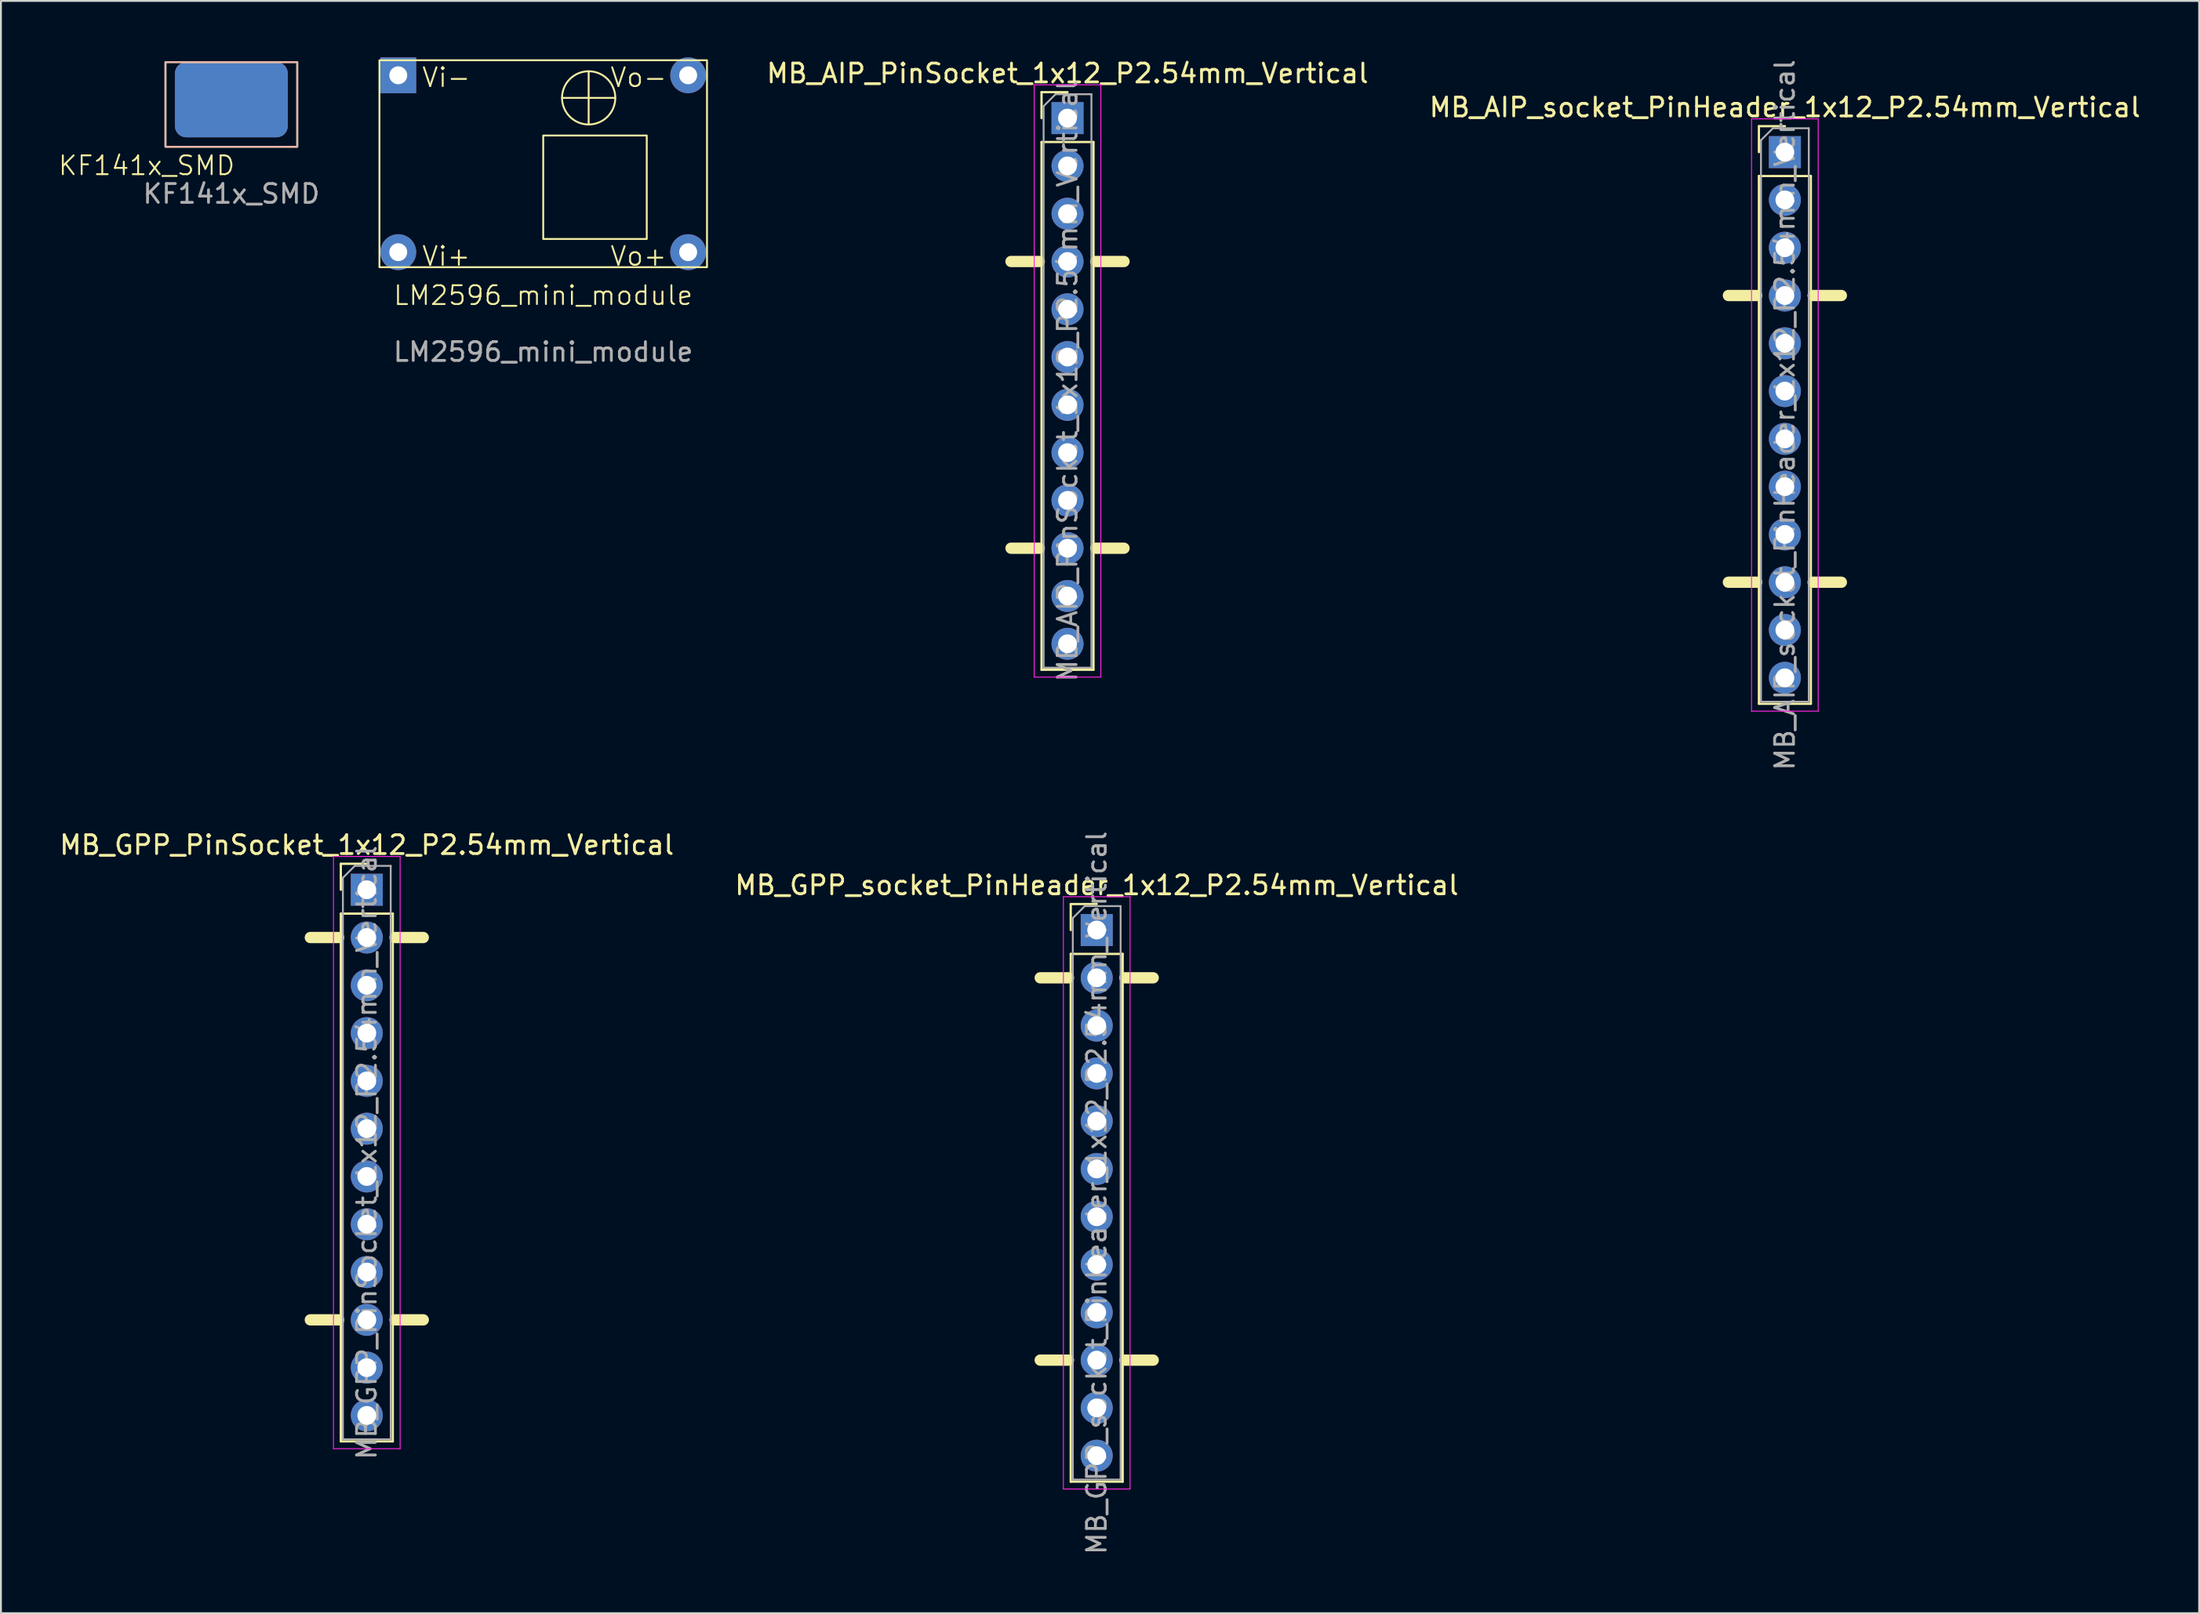
<source format=kicad_pcb>
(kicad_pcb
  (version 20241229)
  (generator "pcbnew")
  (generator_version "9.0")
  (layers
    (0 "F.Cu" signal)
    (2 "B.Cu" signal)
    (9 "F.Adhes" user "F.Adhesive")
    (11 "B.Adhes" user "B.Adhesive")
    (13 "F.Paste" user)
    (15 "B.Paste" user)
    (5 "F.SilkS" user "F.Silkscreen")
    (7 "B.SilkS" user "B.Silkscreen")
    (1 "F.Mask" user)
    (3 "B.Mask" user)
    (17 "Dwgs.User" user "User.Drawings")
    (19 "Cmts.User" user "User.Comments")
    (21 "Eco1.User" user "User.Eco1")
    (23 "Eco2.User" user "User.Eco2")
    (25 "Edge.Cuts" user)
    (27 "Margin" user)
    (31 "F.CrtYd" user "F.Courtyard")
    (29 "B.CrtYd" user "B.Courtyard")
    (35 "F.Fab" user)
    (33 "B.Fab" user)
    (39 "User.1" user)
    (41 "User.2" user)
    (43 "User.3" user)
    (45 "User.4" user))
  (footprint "MB_GPP_PinSocket_1x12_P2.54mm_Vertical"
    (layer "F.Cu")
    (at 16.435 44.24)
    (property "Reference" "MB_GPP_PinSocket_1x12_P2.54mm_Vertical" (at 0 -2.38 0) (layer "F.SilkS") (effects (font (size 1 1) (thickness 0.15))))
    (attr through_hole)
    (fp_line (start -1.5 2.54) (end -3 2.54) (stroke (width 0.6) (type solid)) (layer "F.SilkS"))
    (fp_line (start -1.5 22.86) (end -3 22.86) (stroke (width 0.6) (type solid)) (layer "F.SilkS"))
    (fp_line (start -1.38 -1.38) (end 0 -1.38) (stroke (width 0.12) (type solid)) (layer "F.SilkS"))
    (fp_line (start -1.38 0) (end -1.38 -1.38) (stroke (width 0.12) (type solid)) (layer "F.SilkS"))
    (fp_line (start -1.38 1.27) (end -1.38 29.32) (stroke (width 0.12) (type solid)) (layer "F.SilkS"))
    (fp_line (start -1.38 1.27) (end 1.38 1.27) (stroke (width 0.12) (type solid)) (layer "F.SilkS"))
    (fp_line (start -1.38 29.32) (end 1.38 29.32) (stroke (width 0.12) (type solid)) (layer "F.SilkS"))
    (fp_line (start 1.38 1.27) (end 1.38 29.32) (stroke (width 0.12) (type solid)) (layer "F.SilkS"))
    (fp_line (start 3 2.54) (end 1.5 2.54) (stroke (width 0.6) (type solid)) (layer "F.SilkS"))
    (fp_line (start 3 22.86) (end 1.5 22.86) (stroke (width 0.6) (type solid)) (layer "F.SilkS"))
    (fp_line (start -1.77 -1.77) (end -1.77 29.71) (stroke (width 0.05) (type solid)) (layer "F.CrtYd"))
    (fp_line (start -1.77 29.71) (end 1.77 29.71) (stroke (width 0.05) (type solid)) (layer "F.CrtYd"))
    (fp_line (start 1.77 -1.77) (end -1.77 -1.77) (stroke (width 0.05) (type solid)) (layer "F.CrtYd"))
    (fp_line (start 1.77 29.71) (end 1.77 -1.77) (stroke (width 0.05) (type solid)) (layer "F.CrtYd"))
    (fp_line (start -1.27 -0.635) (end -0.635 -1.27) (stroke (width 0.1) (type solid)) (layer "F.Fab"))
    (fp_line (start -1.27 29.21) (end -1.27 -0.635) (stroke (width 0.1) (type solid)) (layer "F.Fab"))
    (fp_line (start -0.635 -1.27) (end 1.27 -1.27) (stroke (width 0.1) (type solid)) (layer "F.Fab"))
    (fp_line (start 1.27 -1.27) (end 1.27 29.21) (stroke (width 0.1) (type solid)) (layer "F.Fab"))
    (fp_line (start 1.27 29.21) (end -1.27 29.21) (stroke (width 0.1) (type solid)) (layer "F.Fab"))
    (fp_text user "${REFERENCE}" (at 0 13.97 90) (layer "F.Fab") (effects (font (size 1 1) (thickness 0.15))))
    (pad "1" thru_hole rect (at 0 0) (size 1.7 1.7) (drill 1) (layers "*.Cu" "*.Mask"))
    (pad "2" thru_hole circle (at 0 2.54) (size 1.7 1.7) (drill 1) (layers "*.Cu" "*.Mask"))
    (pad "3" thru_hole circle (at 0 5.08) (size 1.7 1.7) (drill 1) (layers "*.Cu" "*.Mask"))
    (pad "4" thru_hole circle (at 0 7.62) (size 1.7 1.7) (drill 1) (layers "*.Cu" "*.Mask"))
    (pad "5" thru_hole circle (at 0 10.16) (size 1.7 1.7) (drill 1) (layers "*.Cu" "*.Mask"))
    (pad "6" thru_hole circle (at 0 12.7) (size 1.7 1.7) (drill 1) (layers "*.Cu" "*.Mask"))
    (pad "7" thru_hole circle (at 0 15.24) (size 1.7 1.7) (drill 1) (layers "*.Cu" "*.Mask"))
    (pad "8" thru_hole circle (at 0 17.78) (size 1.7 1.7) (drill 1) (layers "*.Cu" "*.Mask"))
    (pad "9" thru_hole circle (at 0 20.32) (size 1.7 1.7) (drill 1) (layers "*.Cu" "*.Mask"))
    (pad "10" thru_hole circle (at 0 22.86) (size 1.7 1.7) (drill 1) (layers "*.Cu" "*.Mask"))
    (pad "11" thru_hole circle (at 0 25.4) (size 1.7 1.7) (drill 1) (layers "*.Cu" "*.Mask"))
    (pad "12" thru_hole circle (at 0 27.94) (size 1.7 1.7) (drill 1) (layers "*.Cu" "*.Mask")))
  (footprint "MB_AIP_socket_PinHeader_1x12_P2.54mm_Vertical"
    (layer "F.Cu")
    (at 91.764 5.036)
    (property "Reference" "MB_AIP_socket_PinHeader_1x12_P2.54mm_Vertical" (at 0 -2.38 0) (layer "F.SilkS") (effects (font (size 1 1) (thickness 0.15))))
    (attr through_hole)
    (fp_line (start -1.5 7.62) (end -3 7.62) (stroke (width 0.6) (type solid)) (layer "F.SilkS"))
    (fp_line (start -1.5 22.86) (end -3 22.86) (stroke (width 0.6) (type solid)) (layer "F.SilkS"))
    (fp_line (start -1.38 -1.38) (end 0 -1.38) (stroke (width 0.12) (type solid)) (layer "F.SilkS"))
    (fp_line (start -1.38 0) (end -1.38 -1.38) (stroke (width 0.12) (type solid)) (layer "F.SilkS"))
    (fp_line (start -1.38 1.27) (end -1.38 29.32) (stroke (width 0.12) (type solid)) (layer "F.SilkS"))
    (fp_line (start -1.38 1.27) (end 1.38 1.27) (stroke (width 0.12) (type solid)) (layer "F.SilkS"))
    (fp_line (start -1.38 29.32) (end 1.38 29.32) (stroke (width 0.12) (type solid)) (layer "F.SilkS"))
    (fp_line (start 1.38 1.27) (end 1.38 29.32) (stroke (width 0.12) (type solid)) (layer "F.SilkS"))
    (fp_line (start 3 7.62) (end 1.5 7.62) (stroke (width 0.6) (type solid)) (layer "F.SilkS"))
    (fp_line (start 3 22.86) (end 1.5 22.86) (stroke (width 0.6) (type solid)) (layer "F.SilkS"))
    (fp_line (start -1.77 -1.77) (end -1.77 29.71) (stroke (width 0.05) (type solid)) (layer "F.CrtYd"))
    (fp_line (start -1.77 29.71) (end 1.77 29.71) (stroke (width 0.05) (type solid)) (layer "F.CrtYd"))
    (fp_line (start 1.77 -1.77) (end -1.77 -1.77) (stroke (width 0.05) (type solid)) (layer "F.CrtYd"))
    (fp_line (start 1.77 29.71) (end 1.77 -1.77) (stroke (width 0.05) (type solid)) (layer "F.CrtYd"))
    (fp_line (start -1.27 -0.635) (end -0.635 -1.27) (stroke (width 0.1) (type solid)) (layer "F.Fab"))
    (fp_line (start -1.27 29.21) (end -1.27 -0.635) (stroke (width 0.1) (type solid)) (layer "F.Fab"))
    (fp_line (start -0.635 -1.27) (end 1.27 -1.27) (stroke (width 0.1) (type solid)) (layer "F.Fab"))
    (fp_line (start 1.27 -1.27) (end 1.27 29.21) (stroke (width 0.1) (type solid)) (layer "F.Fab"))
    (fp_line (start 1.27 29.21) (end -1.27 29.21) (stroke (width 0.1) (type solid)) (layer "F.Fab"))
    (fp_text user "${REFERENCE}" (at 0 13.97 90) (layer "F.Fab") (effects (font (size 1 1) (thickness 0.15))))
    (pad "1" thru_hole rect (at 0 0) (size 1.7 1.7) (drill 1) (layers "*.Cu" "*.Mask"))
    (pad "2" thru_hole circle (at 0 2.54) (size 1.7 1.7) (drill 1) (layers "*.Cu" "*.Mask"))
    (pad "3" thru_hole circle (at 0 5.08) (size 1.7 1.7) (drill 1) (layers "*.Cu" "*.Mask"))
    (pad "4" thru_hole circle (at 0 7.62) (size 1.7 1.7) (drill 1) (layers "*.Cu" "*.Mask"))
    (pad "5" thru_hole circle (at 0 10.16) (size 1.7 1.7) (drill 1) (layers "*.Cu" "*.Mask"))
    (pad "6" thru_hole circle (at 0 12.7) (size 1.7 1.7) (drill 1) (layers "*.Cu" "*.Mask"))
    (pad "7" thru_hole circle (at 0 15.24) (size 1.7 1.7) (drill 1) (layers "*.Cu" "*.Mask"))
    (pad "8" thru_hole circle (at 0 17.78) (size 1.7 1.7) (drill 1) (layers "*.Cu" "*.Mask"))
    (pad "9" thru_hole circle (at 0 20.32) (size 1.7 1.7) (drill 1) (layers "*.Cu" "*.Mask"))
    (pad "10" thru_hole circle (at 0 22.86) (size 1.7 1.7) (drill 1) (layers "*.Cu" "*.Mask"))
    (pad "11" thru_hole circle (at 0 25.4) (size 1.7 1.7) (drill 1) (layers "*.Cu" "*.Mask"))
    (pad "12" thru_hole circle (at 0 27.94) (size 1.7 1.7) (drill 1) (layers "*.Cu" "*.Mask")))
  (footprint "MB_AIP_PinSocket_1x12_P2.54mm_Vertical"
    (layer "F.Cu")
    (at 53.657 3.228)
    (property "Reference" "MB_AIP_PinSocket_1x12_P2.54mm_Vertical" (at 0 -2.38 0) (layer "F.SilkS") (effects (font (size 1 1) (thickness 0.15))))
    (attr through_hole)
    (fp_line (start -1.5 7.62) (end -3 7.62) (stroke (width 0.6) (type solid)) (layer "F.SilkS"))
    (fp_line (start -1.5 22.86) (end -3 22.86) (stroke (width 0.6) (type solid)) (layer "F.SilkS"))
    (fp_line (start -1.38 -1.38) (end 0 -1.38) (stroke (width 0.12) (type solid)) (layer "F.SilkS"))
    (fp_line (start -1.38 0) (end -1.38 -1.38) (stroke (width 0.12) (type solid)) (layer "F.SilkS"))
    (fp_line (start -1.38 1.27) (end -1.38 29.32) (stroke (width 0.12) (type solid)) (layer "F.SilkS"))
    (fp_line (start -1.38 1.27) (end 1.38 1.27) (stroke (width 0.12) (type solid)) (layer "F.SilkS"))
    (fp_line (start -1.38 29.32) (end 1.38 29.32) (stroke (width 0.12) (type solid)) (layer "F.SilkS"))
    (fp_line (start 1.38 1.27) (end 1.38 29.32) (stroke (width 0.12) (type solid)) (layer "F.SilkS"))
    (fp_line (start 3 7.62) (end 1.5 7.62) (stroke (width 0.6) (type solid)) (layer "F.SilkS"))
    (fp_line (start 3 22.86) (end 1.5 22.86) (stroke (width 0.6) (type solid)) (layer "F.SilkS"))
    (fp_line (start -1.77 -1.77) (end -1.77 29.71) (stroke (width 0.05) (type solid)) (layer "F.CrtYd"))
    (fp_line (start -1.77 29.71) (end 1.77 29.71) (stroke (width 0.05) (type solid)) (layer "F.CrtYd"))
    (fp_line (start 1.77 -1.77) (end -1.77 -1.77) (stroke (width 0.05) (type solid)) (layer "F.CrtYd"))
    (fp_line (start 1.77 29.71) (end 1.77 -1.77) (stroke (width 0.05) (type solid)) (layer "F.CrtYd"))
    (fp_line (start -1.27 -0.635) (end -0.635 -1.27) (stroke (width 0.1) (type solid)) (layer "F.Fab"))
    (fp_line (start -1.27 29.21) (end -1.27 -0.635) (stroke (width 0.1) (type solid)) (layer "F.Fab"))
    (fp_line (start -0.635 -1.27) (end 1.27 -1.27) (stroke (width 0.1) (type solid)) (layer "F.Fab"))
    (fp_line (start 1.27 -1.27) (end 1.27 29.21) (stroke (width 0.1) (type solid)) (layer "F.Fab"))
    (fp_line (start 1.27 29.21) (end -1.27 29.21) (stroke (width 0.1) (type solid)) (layer "F.Fab"))
    (fp_text user "${REFERENCE}" (at 0 13.97 90) (layer "F.Fab") (effects (font (size 1 1) (thickness 0.15))))
    (pad "1" thru_hole rect (at 0 0) (size 1.7 1.7) (drill 1) (layers "*.Cu" "*.Mask"))
    (pad "2" thru_hole circle (at 0 2.54) (size 1.7 1.7) (drill 1) (layers "*.Cu" "*.Mask"))
    (pad "3" thru_hole circle (at 0 5.08) (size 1.7 1.7) (drill 1) (layers "*.Cu" "*.Mask"))
    (pad "4" thru_hole circle (at 0 7.62) (size 1.7 1.7) (drill 1) (layers "*.Cu" "*.Mask"))
    (pad "5" thru_hole circle (at 0 10.16) (size 1.7 1.7) (drill 1) (layers "*.Cu" "*.Mask"))
    (pad "6" thru_hole circle (at 0 12.7) (size 1.7 1.7) (drill 1) (layers "*.Cu" "*.Mask"))
    (pad "7" thru_hole circle (at 0 15.24) (size 1.7 1.7) (drill 1) (layers "*.Cu" "*.Mask"))
    (pad "8" thru_hole circle (at 0 17.78) (size 1.7 1.7) (drill 1) (layers "*.Cu" "*.Mask"))
    (pad "9" thru_hole circle (at 0 20.32) (size 1.7 1.7) (drill 1) (layers "*.Cu" "*.Mask"))
    (pad "10" thru_hole circle (at 0 22.86) (size 1.7 1.7) (drill 1) (layers "*.Cu" "*.Mask"))
    (pad "11" thru_hole circle (at 0 25.4) (size 1.7 1.7) (drill 1) (layers "*.Cu" "*.Mask"))
    (pad "12" thru_hole circle (at 0 27.94) (size 1.7 1.7) (drill 1) (layers "*.Cu" "*.Mask")))
  (footprint "KF141x_SMD"
    (layer "F.Cu")
    (at 9.24 0.25)
    (property "Reference" "KF141x_SMD" (at -4.5 5.5 0) (unlocked yes) (layer "F.SilkS") (effects (font (size 1 1) (thickness 0.1))))
    (attr smd)
    (fp_rect (start -3.5 0) (end 3.5 4.5) (stroke (width 0.1) (type default)) (fill no) (layer "F.SilkS"))
    (fp_rect (start -3.5 0) (end 3.5 4.5) (stroke (width 0.1) (type solid)) (fill no) (layer "B.SilkS"))
    (fp_text user "${REFERENCE}" (at 0 7 0) (unlocked yes) (layer "F.Fab") (effects (font (size 1 1) (thickness 0.15))))
    (pad "1" smd roundrect (at 0 2) (size 6 4) (layers "F.Cu" "F.Mask" "F.Paste") (roundrect_rratio 0.15))
    (pad "2" smd roundrect (at 0 2) (size 6 4) (layers "B.Cu" "B.Mask" "B.Paste") (roundrect_rratio 0.15) (padstack (mode custom) (layer "B.Cu" (shape roundrect) (size 6 4) (roundrect_rratio 0.15)))))
  (footprint "MB_GPP_socket_PinHeader_1x12_P2.54mm_Vertical"
    (layer "F.Cu")
    (at 55.208 46.381)
    (property "Reference" "MB_GPP_socket_PinHeader_1x12_P2.54mm_Vertical" (at 0 -2.38 0) (layer "F.SilkS") (effects (font (size 1 1) (thickness 0.15))))
    (attr through_hole)
    (fp_line (start -1.5 2.54) (end -3 2.54) (stroke (width 0.6) (type solid)) (layer "F.SilkS"))
    (fp_line (start -1.5 22.86) (end -3 22.86) (stroke (width 0.6) (type solid)) (layer "F.SilkS"))
    (fp_line (start -1.38 -1.38) (end 0 -1.38) (stroke (width 0.12) (type solid)) (layer "F.SilkS"))
    (fp_line (start -1.38 0) (end -1.38 -1.38) (stroke (width 0.12) (type solid)) (layer "F.SilkS"))
    (fp_line (start -1.38 1.27) (end -1.38 29.32) (stroke (width 0.12) (type solid)) (layer "F.SilkS"))
    (fp_line (start -1.38 1.27) (end 1.38 1.27) (stroke (width 0.12) (type solid)) (layer "F.SilkS"))
    (fp_line (start -1.38 29.32) (end 1.38 29.32) (stroke (width 0.12) (type solid)) (layer "F.SilkS"))
    (fp_line (start 1.38 1.27) (end 1.38 29.32) (stroke (width 0.12) (type solid)) (layer "F.SilkS"))
    (fp_line (start 3 2.54) (end 1.5 2.54) (stroke (width 0.6) (type solid)) (layer "F.SilkS"))
    (fp_line (start 3 22.86) (end 1.5 22.86) (stroke (width 0.6) (type solid)) (layer "F.SilkS"))
    (fp_line (start -1.77 -1.77) (end -1.77 29.71) (stroke (width 0.05) (type solid)) (layer "F.CrtYd"))
    (fp_line (start -1.77 29.71) (end 1.77 29.71) (stroke (width 0.05) (type solid)) (layer "F.CrtYd"))
    (fp_line (start 1.77 -1.77) (end -1.77 -1.77) (stroke (width 0.05) (type solid)) (layer "F.CrtYd"))
    (fp_line (start 1.77 29.71) (end 1.77 -1.77) (stroke (width 0.05) (type solid)) (layer "F.CrtYd"))
    (fp_line (start -1.27 -0.635) (end -0.635 -1.27) (stroke (width 0.1) (type solid)) (layer "F.Fab"))
    (fp_line (start -1.27 29.21) (end -1.27 -0.635) (stroke (width 0.1) (type solid)) (layer "F.Fab"))
    (fp_line (start -0.635 -1.27) (end 1.27 -1.27) (stroke (width 0.1) (type solid)) (layer "F.Fab"))
    (fp_line (start 1.27 -1.27) (end 1.27 29.21) (stroke (width 0.1) (type solid)) (layer "F.Fab"))
    (fp_line (start 1.27 29.21) (end -1.27 29.21) (stroke (width 0.1) (type solid)) (layer "F.Fab"))
    (fp_text user "${REFERENCE}" (at 0 13.97 90) (layer "F.Fab") (effects (font (size 1 1) (thickness 0.15))))
    (pad "1" thru_hole rect (at 0 0) (size 1.7 1.7) (drill 1) (layers "*.Cu" "*.Mask"))
    (pad "2" thru_hole circle (at 0 2.54) (size 1.7 1.7) (drill 1) (layers "*.Cu" "*.Mask"))
    (pad "3" thru_hole circle (at 0 5.08) (size 1.7 1.7) (drill 1) (layers "*.Cu" "*.Mask"))
    (pad "4" thru_hole circle (at 0 7.62) (size 1.7 1.7) (drill 1) (layers "*.Cu" "*.Mask"))
    (pad "5" thru_hole circle (at 0 10.16) (size 1.7 1.7) (drill 1) (layers "*.Cu" "*.Mask"))
    (pad "6" thru_hole circle (at 0 12.7) (size 1.7 1.7) (drill 1) (layers "*.Cu" "*.Mask"))
    (pad "7" thru_hole circle (at 0 15.24) (size 1.7 1.7) (drill 1) (layers "*.Cu" "*.Mask"))
    (pad "8" thru_hole circle (at 0 17.78) (size 1.7 1.7) (drill 1) (layers "*.Cu" "*.Mask"))
    (pad "9" thru_hole circle (at 0 20.32) (size 1.7 1.7) (drill 1) (layers "*.Cu" "*.Mask"))
    (pad "10" thru_hole circle (at 0 22.86) (size 1.7 1.7) (drill 1) (layers "*.Cu" "*.Mask"))
    (pad "11" thru_hole circle (at 0 25.4) (size 1.7 1.7) (drill 1) (layers "*.Cu" "*.Mask"))
    (pad "12" thru_hole circle (at 0 27.94) (size 1.7 1.7) (drill 1) (layers "*.Cu" "*.Mask")))
  (footprint "LM2596_mini_module"
    (layer "F.Cu")
    (at 25.806 5.652)
    (property "Reference" "LM2596_mini_module" (at 0 7 0) (unlocked yes) (layer "F.SilkS") (effects (font (size 1 1) (thickness 0.1))))
    (attr through_hole)
    (fp_line (start 1 -3.5) (end 3.828 -3.5) (stroke (width 0.1) (type default)) (layer "F.SilkS"))
    (fp_line (start 2.414 -4.914) (end 2.414 -2.086) (stroke (width 0.1) (type default)) (layer "F.SilkS"))
    (fp_rect (start -8.7 -5.5) (end 8.7 5.5) (stroke (width 0.1) (type solid)) (fill no) (layer "F.SilkS"))
    (fp_rect (start 0 -1.5) (end 5.5 4) (stroke (width 0.1) (type default)) (fill no) (layer "F.SilkS"))
    (fp_circle (center 2.414 -3.5) (end 3.414 -2.5) (stroke (width 0.1) (type default)) (fill no) (layer "F.SilkS"))
    (fp_text user "Vi+" (at -6.5 5.5 0) (unlocked yes) (layer "F.SilkS") (effects (font (size 1 1) (thickness 0.1)) (justify left bottom)))
    (fp_text user "Vo+" (at 3.5 5.5 0) (unlocked yes) (layer "F.SilkS") (effects (font (size 1 1) (thickness 0.1)) (justify left bottom)))
    (fp_text user "Vi-" (at -6.5 -4 0) (unlocked yes) (layer "F.SilkS") (effects (font (size 1 1) (thickness 0.1)) (justify left bottom)))
    (fp_text user "Vo-" (at 3.5 -4 0) (unlocked yes) (layer "F.SilkS") (effects (font (size 1 1) (thickness 0.1)) (justify left bottom)))
    (fp_text user "${REFERENCE}" (at 0 10 0) (unlocked yes) (layer "F.Fab") (effects (font (size 1 1) (thickness 0.15))))
    (pad "1" thru_hole rect (at -7.7 -4.7) (size 1.905 1.905) (drill 0.953) (layers "*.Cu" "*.Mask"))
    (pad "2" thru_hole circle (at -7.7 4.7) (size 1.905 1.905) (drill 0.953) (layers "*.Cu" "*.Mask"))
    (pad "3" thru_hole circle (at 7.7 -4.7) (size 1.905 1.905) (drill 0.953) (layers "*.Cu" "*.Mask"))
    (pad "4" thru_hole circle (at 7.7 4.7) (size 1.905 1.905) (drill 0.953) (layers "*.Cu" "*.Mask")))
  (gr_rect
    (start -3 -3)
    (end 113.77 82.69)
    (stroke (width 0.1) (type default))
    (fill no)
    (layer "Edge.Cuts")))
</source>
